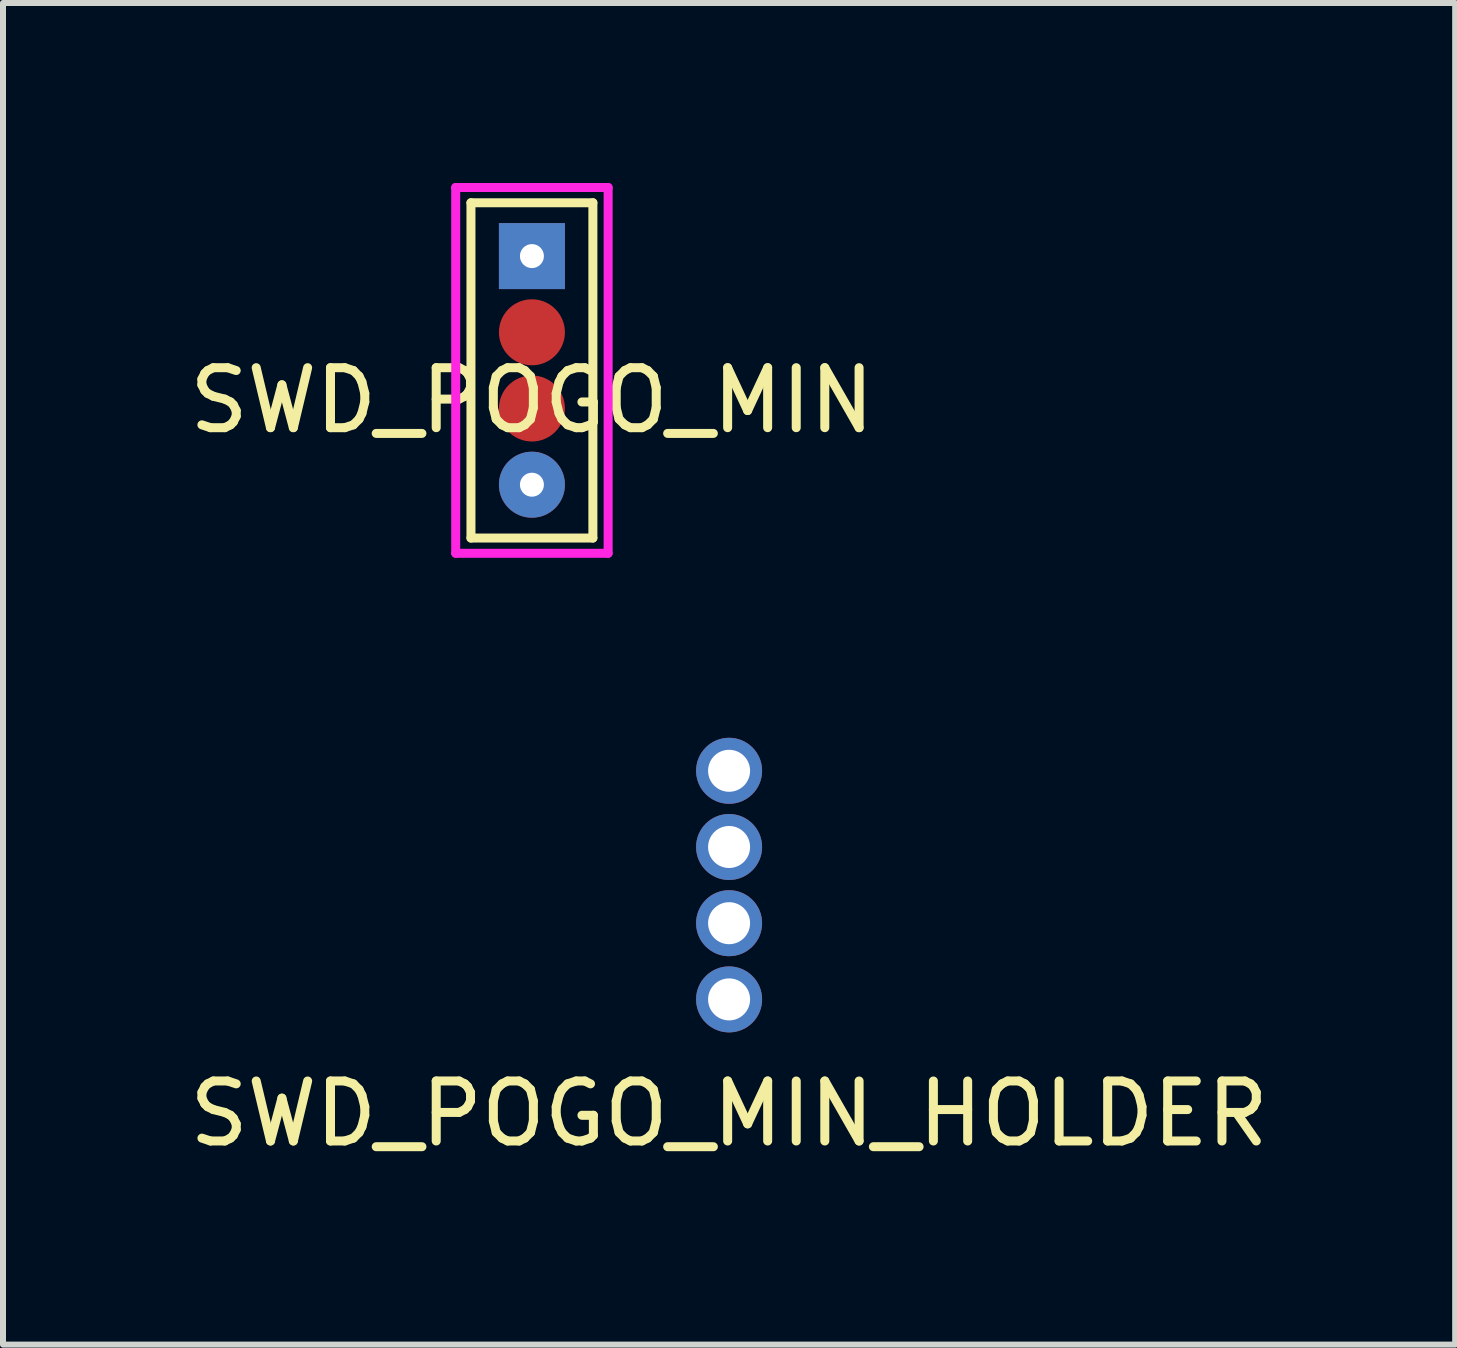
<source format=kicad_pcb>
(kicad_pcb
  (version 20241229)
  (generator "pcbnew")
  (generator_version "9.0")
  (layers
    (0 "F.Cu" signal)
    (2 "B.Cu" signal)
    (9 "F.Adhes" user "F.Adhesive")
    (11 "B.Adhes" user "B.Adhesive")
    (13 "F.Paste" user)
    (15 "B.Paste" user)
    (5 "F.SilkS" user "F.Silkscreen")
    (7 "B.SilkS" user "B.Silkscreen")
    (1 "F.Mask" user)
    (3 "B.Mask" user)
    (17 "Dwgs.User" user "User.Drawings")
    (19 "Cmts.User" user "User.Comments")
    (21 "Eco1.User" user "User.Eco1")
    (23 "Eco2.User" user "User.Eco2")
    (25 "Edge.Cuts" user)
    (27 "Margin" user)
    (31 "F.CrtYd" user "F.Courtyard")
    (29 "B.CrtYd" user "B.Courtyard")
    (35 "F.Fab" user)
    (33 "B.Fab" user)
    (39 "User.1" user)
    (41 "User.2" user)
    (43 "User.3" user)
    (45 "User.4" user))
  (footprint "SWD_POGO_MIN"
    (layer "F.Cu")
    (at 5.815 3.123)
    (property "Reference" "SWD_POGO_MIN" (at 0 0.5 0) (layer "F.SilkS") (effects (font (size 1 1) (thickness 0.15))))
    (attr through_hole)
    (fp_line (start -1.016 -2.794) (end 1.016 -2.794) (stroke (width 0.15) (type solid)) (layer "F.SilkS"))
    (fp_line (start -1.016 2.794) (end -1.016 -2.794) (stroke (width 0.15) (type solid)) (layer "F.SilkS"))
    (fp_line (start 1.016 -2.794) (end 1.016 2.794) (stroke (width 0.15) (type solid)) (layer "F.SilkS"))
    (fp_line (start 1.016 2.794) (end -1.016 2.794) (stroke (width 0.15) (type solid)) (layer "F.SilkS"))
    (fp_line (start -1.27 -3.048) (end 1.27 -3.048) (stroke (width 0.15) (type solid)) (layer "F.CrtYd"))
    (fp_line (start -1.27 3.048) (end -1.27 -3.048) (stroke (width 0.15) (type solid)) (layer "F.CrtYd"))
    (fp_line (start 1.27 -3.048) (end 1.27 3.048) (stroke (width 0.15) (type solid)) (layer "F.CrtYd"))
    (fp_line (start 1.27 3.048) (end -1.27 3.048) (stroke (width 0.15) (type solid)) (layer "F.CrtYd"))
    (pad "1" thru_hole rect (at 0 -1.905) (size 1.1 1.1) (drill 0.4) (layers "*.Cu" "*.Mask"))
    (pad "2" smd oval (at 0 -0.635) (size 1.1 1.1) (layers "F.Cu" "F.Mask" "F.Paste"))
    (pad "3" smd circle (at 0 0.635) (size 1.1 1.1) (layers "F.Cu" "F.Mask" "F.Paste"))
    (pad "4" thru_hole circle (at 0 1.905) (size 1.1 1.1) (drill 0.4) (layers "*.Cu" "*.Mask")))
  (footprint "SWD_POGO_MIN_HOLDER"
    (layer "F.Cu")
    (at 9.101 11.701)
    (property "Reference" "SWD_POGO_MIN_HOLDER" (at 0 3.81 0) (layer "F.SilkS") (effects (font (size 1 1) (thickness 0.15))))
    (attr through_hole)
    (pad "1" thru_hole circle (at 0 -1.905) (size 1.1 1.1) (drill 0.7) (layers "*.Cu" "*.Mask"))
    (pad "2" thru_hole circle (at 0 -0.635) (size 1.1 1.1) (drill 0.7) (layers "*.Cu" "*.Mask"))
    (pad "3" thru_hole circle (at 0 0.635) (size 1.1 1.1) (drill 0.7) (layers "*.Cu" "*.Mask"))
    (pad "4" thru_hole circle (at 0 1.905) (size 1.1 1.1) (drill 0.7) (layers "*.Cu" "*.Mask")))
  (gr_rect
    (start -3 -3)
    (end 21.202 19.359)
    (stroke (width 0.1) (type default))
    (fill no)
    (layer "Edge.Cuts")))
</source>
